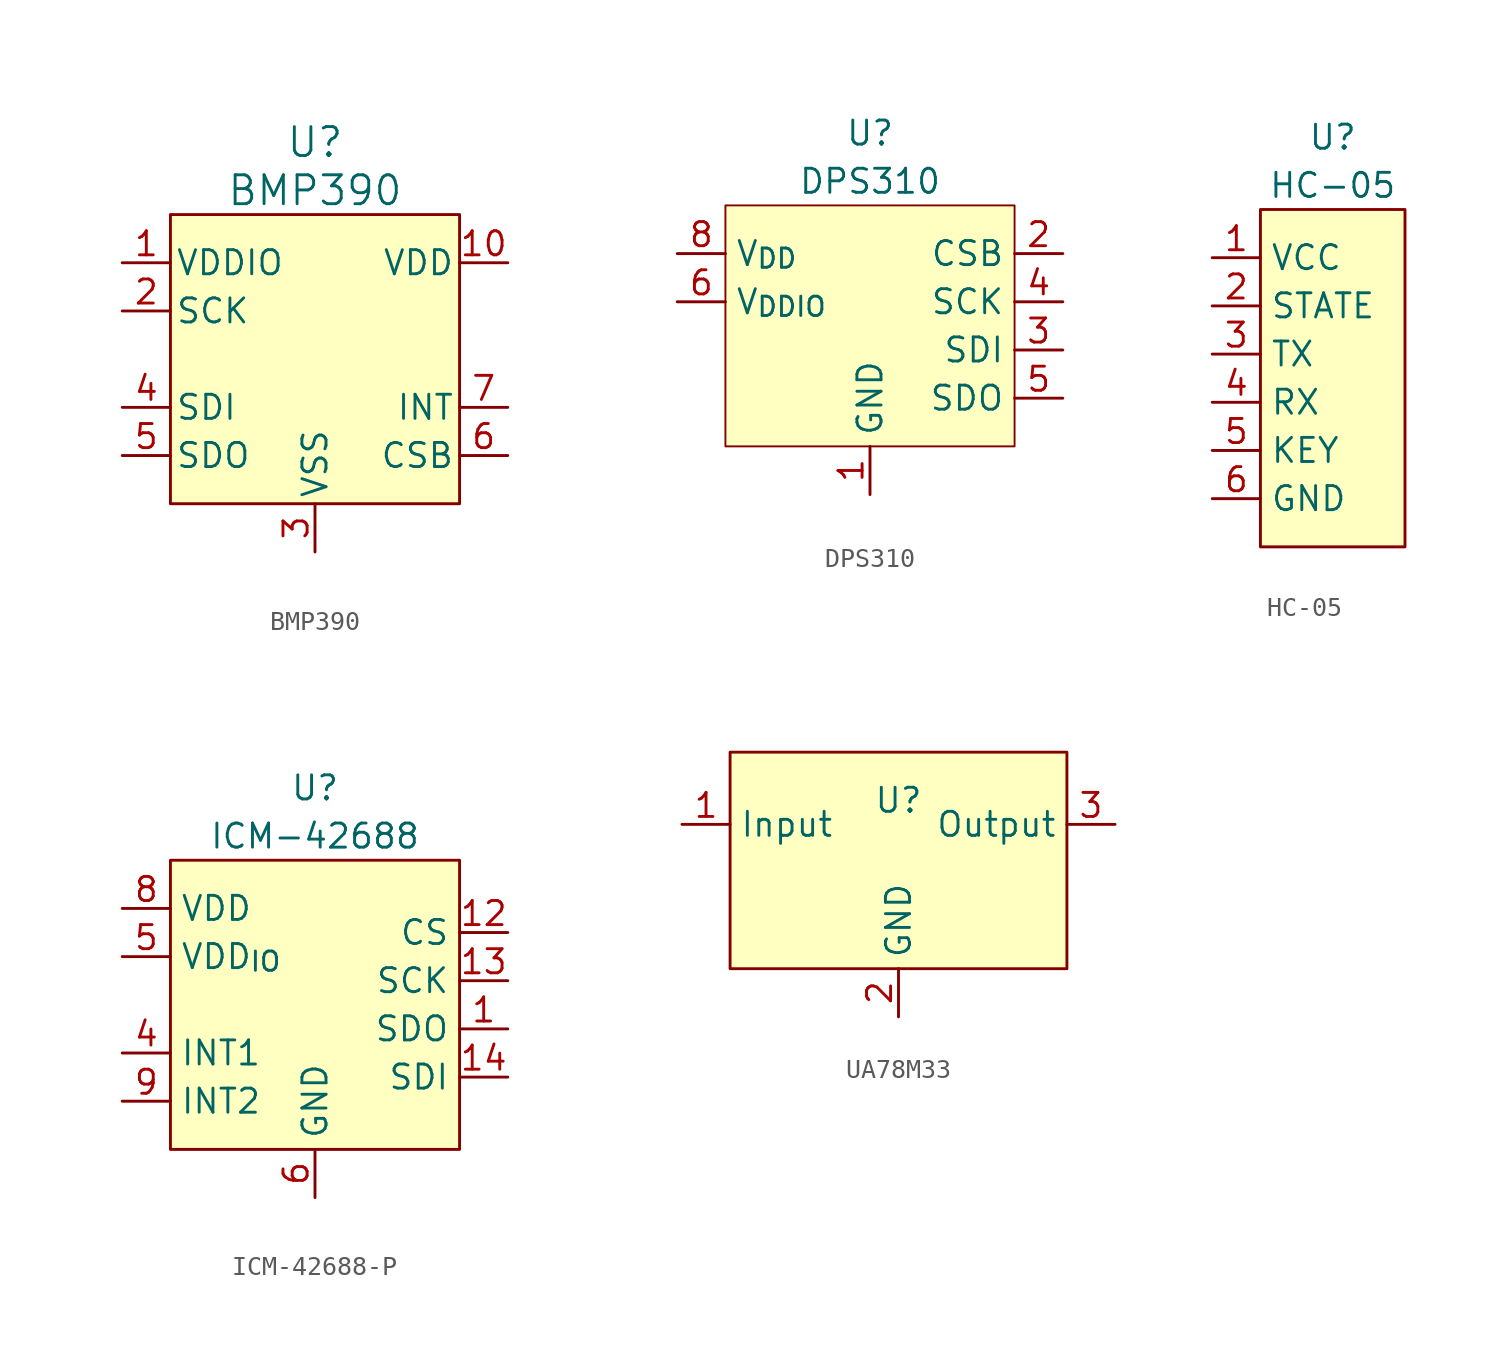
<source format=kicad_sym>
(kicad_symbol_lib
  (version 20241209)
  (generator "kicad_symbol_editor")
  (generator_version "9.0")
  (symbol "BMP390"
    (pin_names
      (offset 0.254))
    (property "Reference" "U"
      (at 0 10.16 0)
      (effects (font (size 1.524 1.524))))
    (property "Value" "BMP390"
      (at 0 7.62 0)
      (effects (font (size 1.524 1.524))))
    (symbol "BMP390_1_1"
      (rectangle (start -7.62 6.35) (end 7.62 -8.89) (stroke (width 0) (type default)) (fill (type background)))
      (pin power_in line (at -10.16 3.81 0) (length 2.54) (name "VDDIO" (effects (font (size 1.27 1.27)))) (number "1" (effects (font (size 1.27 1.27)))))
      (pin input line (at -10.16 1.27 0) (length 2.54) (name "SCK" (effects (font (size 1.27 1.27)))) (number "2" (effects (font (size 1.27 1.27)))))
      (pin bidirectional line (at -10.16 -3.81 0) (length 2.54) (name "SDI" (effects (font (size 1.27 1.27)))) (number "4" (effects (font (size 1.27 1.27)))))
      (pin bidirectional line (at -10.16 -6.35 0) (length 2.54) (name "SDO" (effects (font (size 1.27 1.27)))) (number "5" (effects (font (size 1.27 1.27)))))
      (pin power_in line (at 0 -11.43 90) (length 2.54) (name "VSS" (effects (font (size 1.27 1.27)))) (number "3" (effects (font (size 1.27 1.27)))))
      (pin power_in line (at 0 -11.43 90) (length 2.54) (hide yes) (name "VSS" (effects (font (size 1.27 1.27)))) (number "8" (effects (font (size 1.27 1.27)))))
      (pin power_in line (at 0 -11.43 90) (length 2.54) (hide yes) (name "VSS" (effects (font (size 1.27 1.27)))) (number "9" (effects (font (size 1.27 1.27)))))
      (pin power_in line (at 10.16 3.81 180) (length 2.54) (name "VDD" (effects (font (size 1.27 1.27)))) (number "10" (effects (font (size 1.27 1.27)))))
      (pin input line (at 10.16 -3.81 180) (length 2.54) (name "INT" (effects (font (size 1.27 1.27)))) (number "7" (effects (font (size 1.27 1.27)))))
      (pin input line (at 10.16 -6.35 180) (length 2.54) (name "CSB" (effects (font (size 1.27 1.27)))) (number "6" (effects (font (size 1.27 1.27)))))))
  (symbol "DPS310"
    (property "Reference" "U"
      (at 0 8.89 0)
      (effects (font (size 1.27 1.27))))
    (property "Value" "DPS310"
      (at 0 6.35 0)
      (effects (font (size 1.27 1.27))))
    (symbol "DPS310_0_1"
      (rectangle (start -7.62 5.08) (end 7.62 -7.62) (stroke (width 0.1) (type default)) (fill (type background))))
    (symbol "DPS310_1_1"
      (pin power_in line (at -10.16 2.54 0) (length 2.54) (name "V_{DD}" (effects (font (size 1.27 1.27)))) (number "8" (effects (font (size 1.27 1.27)))))
      (pin power_in line (at -10.16 0 0) (length 2.54) (name "V_{DDIO}" (effects (font (size 1.27 1.27)))) (number "6" (effects (font (size 1.27 1.27)))))
      (pin power_in line (at 0 -10.16 90) (length 2.54) (name "GND" (effects (font (size 1.27 1.27)))) (number "1" (effects (font (size 1.27 1.27)))))
      (pin power_in line (at 0 -10.16 90) (length 2.54) (hide yes) (name "GND" (effects (font (size 1.27 1.27)))) (number "7" (effects (font (size 1.27 1.27)))))
      (pin input line (at 10.16 2.54 180) (length 2.54) (name "CSB" (effects (font (size 1.27 1.27)))) (number "2" (effects (font (size 1.27 1.27)))))
      (pin input line (at 10.16 0 180) (length 2.54) (name "SCK" (effects (font (size 1.27 1.27)))) (number "4" (effects (font (size 1.27 1.27)))))
      (pin input line (at 10.16 -2.54 180) (length 2.54) (name "SDI" (effects (font (size 1.27 1.27)))) (number "3" (effects (font (size 1.27 1.27)))))
      (pin output line (at 10.16 -5.08 180) (length 2.54) (name "SDO" (effects (font (size 1.27 1.27)))) (number "5" (effects (font (size 1.27 1.27)))))))
  (symbol "HC-05"
    (property "Reference" "U"
      (at 6.35 3.81 0)
      (effects (font (size 1.27 1.27))))
    (property "Value" "HC-05"
      (at 6.35 1.27 0)
      (effects (font (size 1.27 1.27))))
    (symbol "HC-05_0_1"
      (rectangle (start 2.54 0) (end 10.16 -17.78) (stroke (width 0) (type default)) (fill (type background))))
    (symbol "HC-05_1_1"
      (pin power_in line (at 0 -2.54 0) (length 2.54) (name "VCC" (effects (font (size 1.27 1.27)))) (number "1" (effects (font (size 1.27 1.27)))))
      (pin output line (at 0 -5.08 0) (length 2.54) (name "STATE" (effects (font (size 1.27 1.27)))) (number "2" (effects (font (size 1.27 1.27)))))
      (pin input line (at 0 -7.62 0) (length 2.54) (name "TX" (effects (font (size 1.27 1.27)))) (number "3" (effects (font (size 1.27 1.27)))))
      (pin output line (at 0 -10.16 0) (length 2.54) (name "RX" (effects (font (size 1.27 1.27)))) (number "4" (effects (font (size 1.27 1.27)))))
      (pin input line (at 0 -12.7 0) (length 2.54) (name "KEY" (effects (font (size 1.27 1.27)))) (number "5" (effects (font (size 1.27 1.27)))))
      (pin power_in line (at 0 -15.24 0) (length 2.54) (name "GND" (effects (font (size 1.27 1.27)))) (number "6" (effects (font (size 1.27 1.27)))))))
  (symbol "ICM-42688-P"
    (property "Reference" "U"
      (at 0 11.43 0)
      (effects (font (size 1.27 1.27))))
    (property "Value" "ICM-42688"
      (at 0 8.89 0)
      (effects (font (size 1.27 1.27))))
    (symbol "ICM-42688-P_0_1"
      (rectangle (start -7.62 7.62) (end 7.62 -7.62) (stroke (width 0) (type default)) (fill (type background))))
    (symbol "ICM-42688-P_1_1"
      (pin power_in line (at -10.16 5.08 0) (length 2.54) (name "VDD" (effects (font (size 1.27 1.27)))) (number "8" (effects (font (size 1.27 1.27)))))
      (pin power_in line (at -10.16 2.54 0) (length 2.54) (name "VDD_{IO}" (effects (font (size 1.27 1.27)))) (number "5" (effects (font (size 1.27 1.27)))))
      (pin output line (at -10.16 -2.54 0) (length 2.54) (name "INT1" (effects (font (size 1.27 1.27)))) (number "4" (effects (font (size 1.27 1.27)))))
      (pin bidirectional line (at -10.16 -5.08 0) (length 2.54) (name "INT2" (effects (font (size 1.27 1.27)))) (number "9" (effects (font (size 1.27 1.27)))))
      (pin power_in line (at 0 -10.16 90) (length 2.54) (hide yes) (name "RESV" (effects (font (size 1.27 1.27)))) (number "10" (effects (font (size 1.27 1.27)))))
      (pin power_in line (at 0 -10.16 90) (length 2.54) (hide yes) (name "RESV" (effects (font (size 1.27 1.27)))) (number "11" (effects (font (size 1.27 1.27)))))
      (pin power_in line (at 0 -10.16 90) (length 2.54) (hide yes) (name "RESV" (effects (font (size 1.27 1.27)))) (number "2" (effects (font (size 1.27 1.27)))))
      (pin power_in line (at 0 -10.16 90) (length 2.54) (hide yes) (name "RESV" (effects (font (size 1.27 1.27)))) (number "3" (effects (font (size 1.27 1.27)))))
      (pin power_in line (at 0 -10.16 90) (length 2.54) (name "GND" (effects (font (size 1.27 1.27)))) (number "6" (effects (font (size 1.27 1.27)))))
      (pin power_in line (at 0 -10.16 90) (length 2.54) (hide yes) (name "RESV" (effects (font (size 1.27 1.27)))) (number "7" (effects (font (size 1.27 1.27)))))
      (pin input line (at 10.16 3.81 180) (length 2.54) (name "CS" (effects (font (size 1.27 1.27)))) (number "12" (effects (font (size 1.27 1.27)))))
      (pin input line (at 10.16 1.27 180) (length 2.54) (name "SCK" (effects (font (size 1.27 1.27)))) (number "13" (effects (font (size 1.27 1.27)))))
      (pin output line (at 10.16 -1.27 180) (length 2.54) (name "SDO" (effects (font (size 1.27 1.27)))) (number "1" (effects (font (size 1.27 1.27)))))
      (pin bidirectional line (at 10.16 -3.81 180) (length 2.54) (name "SDI" (effects (font (size 1.27 1.27)))) (number "14" (effects (font (size 1.27 1.27)))))))
  (symbol "UA78M33"
    (property "Reference" "U"
      (at 0 1.27 0)
      (effects (font (size 1.27 1.27))))
    (property "Value" ""
      (at 0 0 0)
      (effects (font (size 1.27 1.27))))
    (symbol "UA78M33_1_1"
      (rectangle (start -8.89 3.81) (end 8.89 -7.62) (stroke (width 0) (type default)) (fill (type background)))
      (pin input line (at -11.43 0 0) (length 2.54) (name "Input" (effects (font (size 1.27 1.27)))) (number "1" (effects (font (size 1.27 1.27)))))
      (pin input line (at 0 -10.16 90) (length 2.54) (name "GND" (effects (font (size 1.27 1.27)))) (number "2" (effects (font (size 1.27 1.27)))))
      (pin output line (at 11.43 0 180) (length 2.54) (name "Output" (effects (font (size 1.27 1.27)))) (number "3" (effects (font (size 1.27 1.27))))))))
</source>
